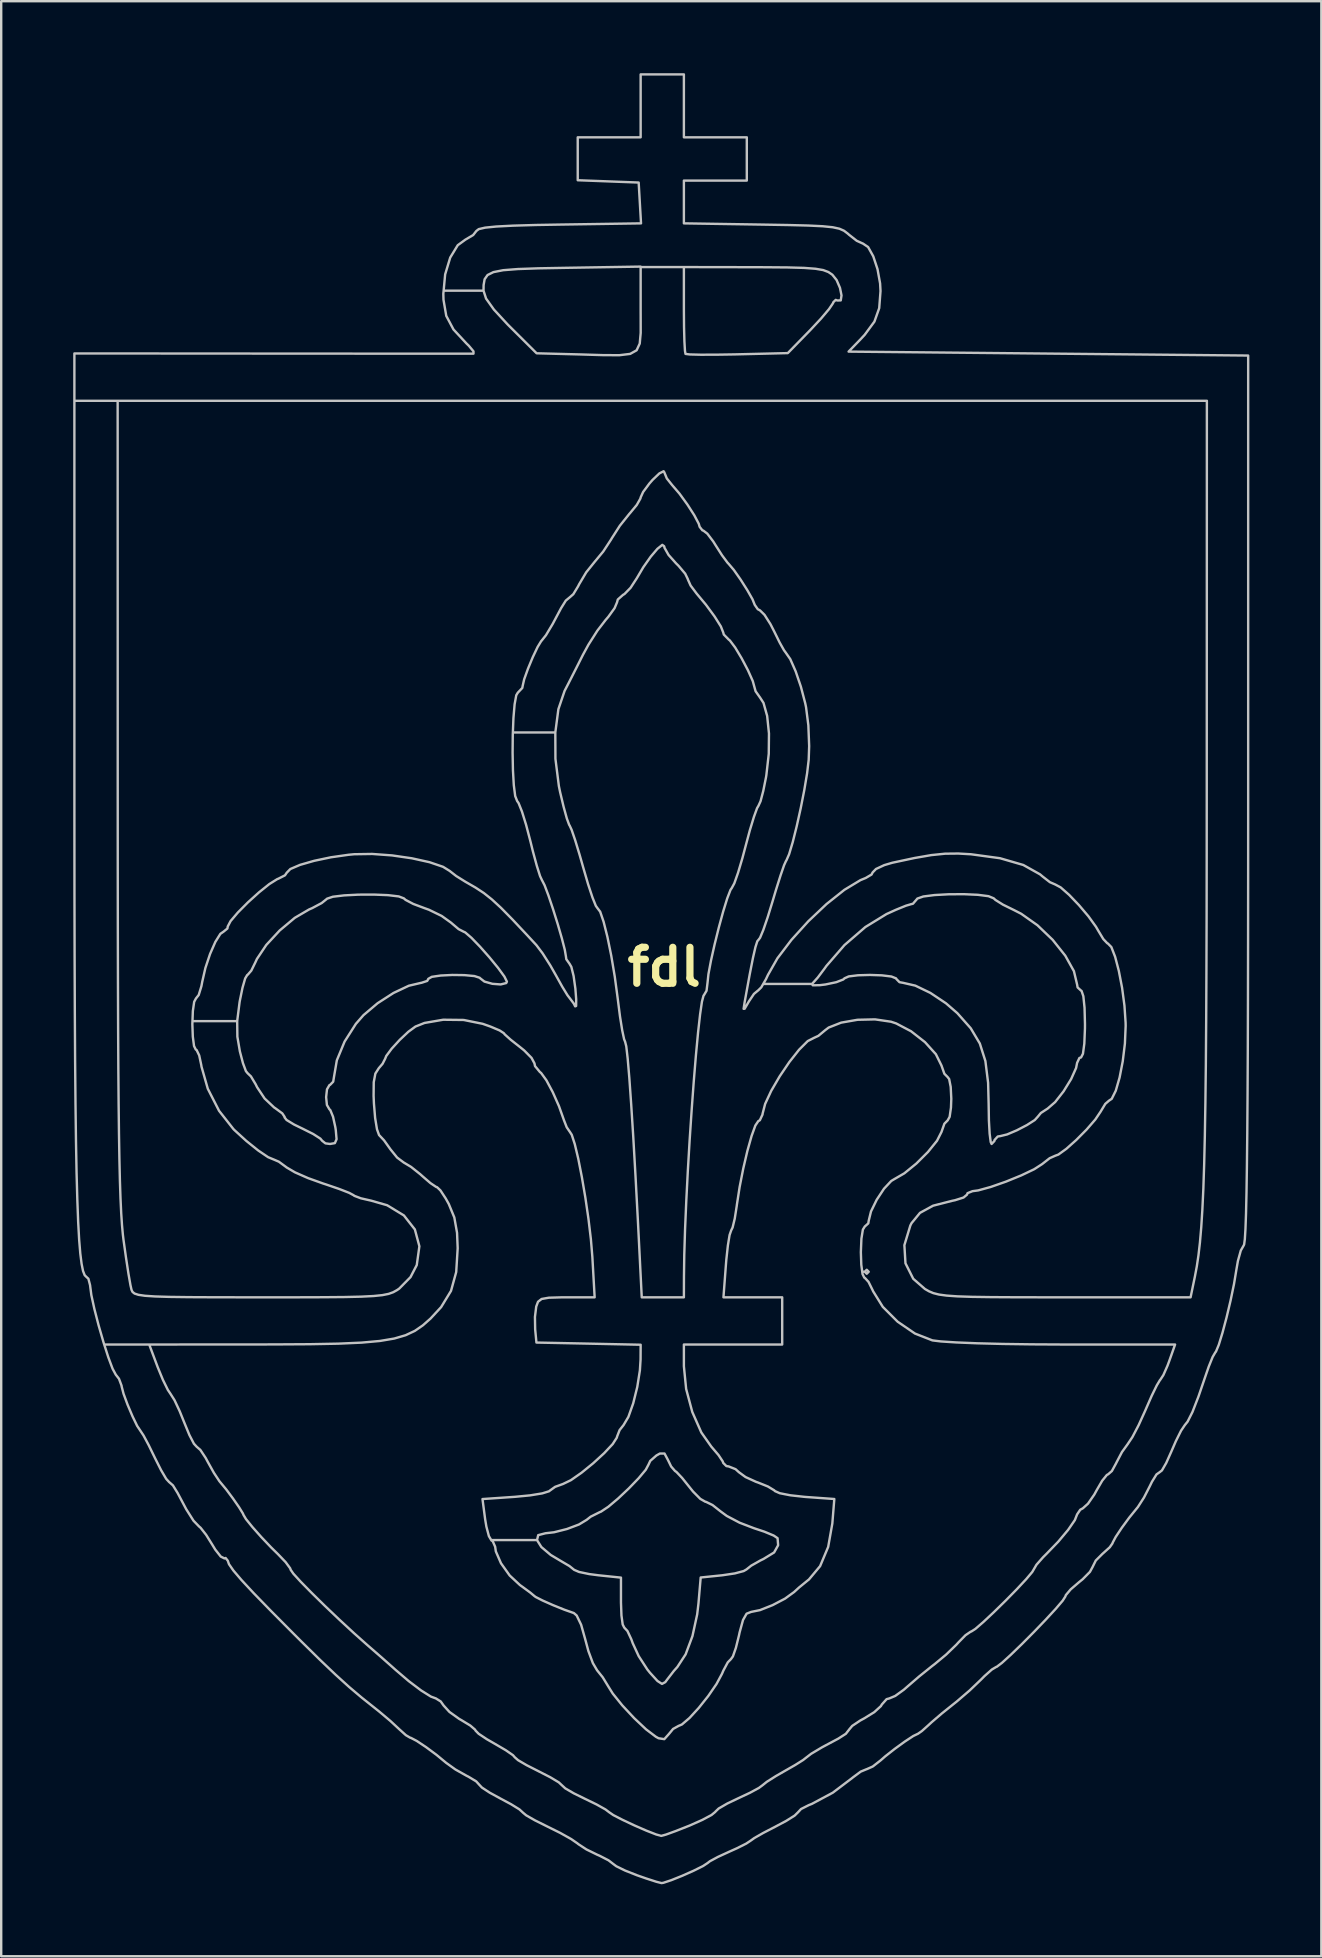
<source format=kicad_pcb>
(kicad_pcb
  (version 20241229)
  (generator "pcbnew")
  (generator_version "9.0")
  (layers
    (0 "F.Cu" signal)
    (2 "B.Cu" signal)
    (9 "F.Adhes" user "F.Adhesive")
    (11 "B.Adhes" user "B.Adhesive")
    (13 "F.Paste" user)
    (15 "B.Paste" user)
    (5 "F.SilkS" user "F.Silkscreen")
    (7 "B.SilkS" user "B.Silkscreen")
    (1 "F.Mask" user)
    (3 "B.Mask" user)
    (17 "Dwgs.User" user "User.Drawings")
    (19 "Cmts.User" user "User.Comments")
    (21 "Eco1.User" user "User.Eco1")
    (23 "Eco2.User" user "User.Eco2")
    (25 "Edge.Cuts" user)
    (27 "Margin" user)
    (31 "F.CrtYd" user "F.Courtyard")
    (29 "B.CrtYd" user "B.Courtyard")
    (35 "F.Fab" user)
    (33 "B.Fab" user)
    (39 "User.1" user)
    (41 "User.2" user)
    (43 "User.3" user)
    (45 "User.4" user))
  (footprint "fdl"
    (layer "F.Cu")
    (at 24.631 37.249)
    (property "Reference" "fdl" (at 0 0 0) (layer "F.SilkS") (effects (font (size 1.5 1.5) (thickness 0.3))))
    (attr board_only exclude_from_pos_files exclude_from_bom)
    (fp_poly (pts (xy 0.819 -35.888) (xy 0.819 -34.577) (xy 2.13 -34.577) (xy 3.441 -34.577) (xy 3.441 -33.675) (xy 3.441 -32.774) (xy 2.13 -32.774) (xy 0.819 -32.774) (xy 0.819 -31.882) (xy 0.819 -30.991) (xy 4.06 -30.94) (xy 5.171 -30.921) (xy 6.003 -30.9) (xy 6.603 -30.871) (xy 7.019 -30.829) (xy 7.3 -30.768) (xy 7.492 -30.683) (xy 7.645 -30.567) (xy 7.696 -30.521) (xy 8.021 -30.266) (xy 8.268 -30.153) (xy 8.276 -30.152) (xy 8.496 -30.004) (xy 8.711 -29.618) (xy 8.888 -29.083) (xy 8.996 -28.487) (xy 9.013 -28.169) (xy 8.959 -27.458) (xy 8.759 -26.896) (xy 8.355 -26.348) (xy 8.159 -26.137) (xy 7.683 -25.646) (xy 16.009 -25.564) (xy 24.335 -25.482) (xy 24.335 -6.999) (xy 24.334 -3.919) (xy 24.331 -1.156) (xy 24.326 1.303) (xy 24.319 3.467) (xy 24.309 5.35) (xy 24.297 6.96) (xy 24.282 8.311) (xy 24.265 9.414) (xy 24.245 10.278) (xy 24.222 10.917) (xy 24.196 11.341) (xy 24.167 11.561) (xy 24.15 11.6) (xy 24.027 11.816) (xy 23.907 12.25) (xy 23.843 12.618) (xy 23.745 13.209) (xy 23.602 13.896) (xy 23.435 14.6) (xy 23.264 15.243) (xy 23.11 15.745) (xy 22.992 16.028) (xy 22.967 16.057) (xy 22.855 16.249) (xy 22.693 16.65) (xy 22.585 16.961) (xy 22.265 17.896) (xy 22.012 18.547) (xy 21.81 18.946) (xy 21.694 19.091) (xy 21.538 19.323) (xy 21.321 19.759) (xy 21.134 20.19) (xy 20.921 20.666) (xy 20.741 20.978) (xy 20.643 21.055) (xy 20.515 21.145) (xy 20.324 21.454) (xy 20.24 21.627) (xy 19.992 22.11) (xy 19.739 22.504) (xy 19.684 22.571) (xy 19.379 22.946) (xy 19.067 23.371) (xy 18.814 23.752) (xy 18.686 23.993) (xy 18.681 24.018) (xy 18.566 24.182) (xy 18.286 24.435) (xy 18.272 24.446) (xy 17.984 24.734) (xy 17.862 24.98) (xy 17.862 24.983) (xy 17.741 25.206) (xy 17.437 25.514) (xy 17.288 25.635) (xy 16.939 25.935) (xy 16.736 26.176) (xy 16.715 26.235) (xy 16.605 26.407) (xy 16.314 26.748) (xy 15.896 27.201) (xy 15.407 27.71) (xy 14.904 28.216) (xy 14.44 28.665) (xy 14.073 28.999) (xy 13.858 29.162) (xy 13.834 29.169) (xy 13.653 29.277) (xy 13.345 29.551) (xy 13.195 29.702) (xy 12.728 30.148) (xy 12.191 30.609) (xy 12.044 30.726) (xy 11.57 31.106) (xy 11.14 31.475) (xy 11.02 31.586) (xy 10.738 31.839) (xy 10.574 31.954) (xy 10.57 31.955) (xy 10.378 32.047) (xy 10.025 32.279) (xy 9.605 32.584) (xy 9.209 32.895) (xy 9.018 33.062) (xy 8.691 33.317) (xy 8.44 33.429) (xy 8.432 33.43) (xy 8.188 33.531) (xy 7.855 33.778) (xy 7.832 33.798) (xy 7.024 34.409) (xy 6.154 34.875) (xy 6.022 34.928) (xy 5.701 35.09) (xy 5.572 35.229) (xy 5.436 35.362) (xy 5.083 35.584) (xy 4.629 35.826) (xy 4.129 36.085) (xy 3.756 36.298) (xy 3.602 36.408) (xy 3.414 36.532) (xy 3.023 36.728) (xy 2.704 36.871) (xy 2.234 37.087) (xy 1.901 37.267) (xy 1.806 37.341) (xy 1.617 37.466) (xy 1.229 37.659) (xy 0.752 37.871) (xy 0.294 38.055) (xy -0.035 38.164) (xy -0.112 38.176) (xy -0.329 38.121) (xy -0.749 37.985) (xy -1.136 37.85) (xy -1.636 37.652) (xy -1.998 37.474) (xy -2.12 37.383) (xy -2.321 37.228) (xy -2.699 37.034) (xy -2.792 36.994) (xy -3.241 36.774) (xy -3.581 36.552) (xy -3.612 36.525) (xy -3.878 36.341) (xy -4.341 36.082) (xy -4.875 35.817) (xy -5.385 35.563) (xy -5.752 35.353) (xy -5.899 35.231) (xy -5.899 35.229) (xy -6.034 35.105) (xy -6.384 34.889) (xy -6.801 34.666) (xy -7.273 34.408) (xy -7.599 34.194) (xy -7.702 34.084) (xy -7.835 33.938) (xy -8.162 33.741) (xy -8.235 33.705) (xy -8.704 33.441) (xy -9.096 33.159) (xy -9.101 33.154) (xy -9.491 32.832) (xy -9.926 32.51) (xy -10.314 32.252) (xy -10.56 32.123) (xy -10.585 32.119) (xy -10.766 32.013) (xy -11.049 31.758) (xy -11.057 31.75) (xy -11.413 31.419) (xy -11.878 31.027) (xy -12.05 30.89) (xy -12.609 30.445) (xy -13.137 29.998) (xy -13.693 29.494) (xy -14.337 28.881) (xy -15.127 28.103) (xy -15.47 27.76) (xy -16.395 26.829) (xy -17.104 26.099) (xy -17.616 25.548) (xy -17.954 25.152) (xy -18.138 24.887) (xy -18.19 24.739) (xy -18.28 24.628) (xy -18.327 24.646) (xy -18.481 24.569) (xy -18.711 24.277) (xy -18.827 24.086) (xy -19.09 23.664) (xy -19.322 23.369) (xy -19.386 23.314) (xy -19.616 23.076) (xy -19.919 22.598) (xy -20.28 21.918) (xy -20.475 21.601) (xy -20.628 21.467) (xy -20.63 21.467) (xy -20.755 21.33) (xy -20.967 20.97) (xy -21.222 20.464) (xy -21.232 20.443) (xy -21.488 19.918) (xy -21.701 19.52) (xy -21.825 19.334) (xy -21.825 19.333) (xy -21.964 19.126) (xy -22.159 18.723) (xy -22.365 18.238) (xy -22.532 17.785) (xy -22.612 17.478) (xy -22.614 17.45) (xy -22.722 17.16) (xy -22.857 16.987) (xy -22.989 16.741) (xy -23.169 16.259) (xy -23.338 15.732) (xy -21.462 15.732) (xy -21.111 16.67) (xy -20.892 17.204) (xy -20.685 17.625) (xy -20.565 17.804) (xy -20.408 18.053) (xy -20.194 18.508) (xy -19.997 18.996) (xy -19.787 19.506) (xy -19.6 19.865) (xy -19.484 19.992) (xy -19.331 20.125) (xy -19.11 20.459) (xy -19.018 20.631) (xy -18.766 21.082) (xy -18.536 21.43) (xy -18.482 21.495) (xy -18.254 21.77) (xy -17.976 22.143) (xy -17.72 22.511) (xy -17.558 22.774) (xy -17.534 22.833) (xy -17.43 23.007) (xy -17.16 23.341) (xy -16.789 23.759) (xy -16.383 24.187) (xy -16.1 24.465) (xy -15.777 24.802) (xy -15.588 25.059) (xy -15.568 25.12) (xy -15.454 25.284) (xy -15.147 25.62) (xy -14.692 26.083) (xy -14.139 26.626) (xy -13.534 27.202) (xy -12.927 27.763) (xy -12.366 28.263) (xy -12.29 28.328) (xy -11.796 28.758) (xy -11.299 29.198) (xy -11.206 29.282) (xy -10.647 29.759) (xy -10.129 30.15) (xy -9.722 30.405) (xy -9.517 30.48) (xy -9.314 30.607) (xy -9.194 30.776) (xy -8.951 31.043) (xy -8.55 31.33) (xy -8.451 31.387) (xy -8.083 31.61) (xy -7.88 31.785) (xy -7.866 31.818) (xy -7.734 31.953) (xy -7.392 32.181) (xy -7.046 32.38) (xy -6.602 32.64) (xy -6.304 32.846) (xy -6.227 32.934) (xy -6.091 33.054) (xy -5.734 33.263) (xy -5.244 33.512) (xy -4.746 33.767) (xy -4.392 33.98) (xy -4.261 34.103) (xy -4.124 34.229) (xy -3.766 34.437) (xy -3.324 34.654) (xy -2.82 34.899) (xy -2.447 35.108) (xy -2.299 35.221) (xy -2.121 35.343) (xy -1.736 35.541) (xy -1.245 35.772) (xy -0.745 35.99) (xy -0.336 36.15) (xy -0.126 36.209) (xy 0.075 36.154) (xy 0.49 36.003) (xy 1.032 35.789) (xy 1.062 35.777) (xy 1.589 35.542) (xy 1.971 35.338) (xy 2.13 35.207) (xy 2.13 35.201) (xy 2.268 35.069) (xy 2.628 34.86) (xy 3.067 34.65) (xy 3.572 34.413) (xy 3.945 34.211) (xy 4.091 34.103) (xy 4.273 33.957) (xy 4.652 33.717) (xy 4.998 33.518) (xy 5.459 33.254) (xy 5.791 33.045) (xy 5.899 32.96) (xy 6.124 32.787) (xy 6.577 32.517) (xy 7.188 32.191) (xy 7.251 32.158) (xy 7.568 31.955) (xy 7.702 31.784) (xy 7.702 31.782) (xy 7.835 31.624) (xy 8.169 31.401) (xy 8.337 31.31) (xy 8.753 31.053) (xy 9.028 30.802) (xy 9.069 30.733) (xy 9.267 30.511) (xy 9.381 30.48) (xy 9.626 30.377) (xy 9.986 30.117) (xy 10.129 29.992) (xy 10.624 29.565) (xy 11.166 29.129) (xy 11.27 29.05) (xy 11.745 28.656) (xy 12.174 28.242) (xy 12.262 28.145) (xy 12.554 27.847) (xy 12.772 27.698) (xy 12.794 27.694) (xy 12.966 27.584) (xy 13.302 27.293) (xy 13.741 26.881) (xy 14.224 26.408) (xy 14.691 25.932) (xy 15.082 25.513) (xy 15.337 25.211) (xy 15.404 25.096) (xy 15.512 24.91) (xy 15.786 24.599) (xy 15.936 24.449) (xy 16.421 23.947) (xy 16.832 23.456) (xy 17.112 23.049) (xy 17.206 22.811) (xy 17.337 22.617) (xy 17.445 22.558) (xy 17.66 22.364) (xy 17.922 21.985) (xy 18.022 21.803) (xy 18.253 21.406) (xy 18.445 21.169) (xy 18.501 21.139) (xy 18.655 21.004) (xy 18.833 20.678) (xy 18.838 20.665) (xy 19.075 20.214) (xy 19.311 19.887) (xy 19.51 19.589) (xy 19.772 19.088) (xy 20.044 18.489) (xy 20.067 18.435) (xy 20.313 17.873) (xy 20.525 17.438) (xy 20.661 17.211) (xy 20.674 17.2) (xy 20.802 17.003) (xy 20.975 16.61) (xy 21.045 16.421) (xy 21.289 15.732) (xy 16.634 15.732) (xy 15.331 15.725) (xy 14.12 15.708) (xy 13.05 15.681) (xy 12.169 15.645) (xy 11.522 15.603) (xy 11.176 15.56) (xy 10.451 15.276) (xy 9.727 14.781) (xy 9.108 14.162) (xy 8.702 13.508) (xy 8.69 13.478) (xy 8.514 13.123) (xy 8.355 12.949) (xy 8.338 12.946) (xy 8.264 12.796) (xy 8.251 12.7) (xy 8.357 12.7) (xy 8.439 12.782) (xy 8.521 12.7) (xy 8.439 12.618) (xy 8.357 12.7) (xy 8.251 12.7) (xy 8.212 12.405) (xy 8.194 11.881) (xy 8.217 11.324) (xy 8.278 10.943) (xy 8.357 10.815) (xy 8.504 10.683) (xy 8.521 10.575) (xy 8.616 10.188) (xy 8.853 9.702) (xy 9.159 9.239) (xy 9.461 8.916) (xy 9.569 8.851) (xy 10.007 8.597) (xy 10.509 8.188) (xy 10.991 7.707) (xy 11.368 7.24) (xy 11.556 6.869) (xy 11.556 6.867) (xy 11.675 6.53) (xy 11.812 6.391) (xy 11.894 6.243) (xy 11.949 5.861) (xy 11.963 5.49) (xy 11.938 4.996) (xy 11.874 4.669) (xy 11.812 4.588) (xy 11.674 4.447) (xy 11.555 4.108) (xy 11.555 4.107) (xy 11.321 3.634) (xy 10.867 3.131) (xy 10.286 2.677) (xy 9.666 2.351) (xy 9.452 2.28) (xy 8.784 2.182) (xy 8.054 2.199) (xy 7.373 2.318) (xy 6.852 2.523) (xy 6.705 2.635) (xy 6.423 2.869) (xy 6.247 2.95) (xy 5.98 3.086) (xy 5.62 3.446) (xy 5.215 3.959) (xy 4.812 4.554) (xy 4.459 5.159) (xy 4.205 5.704) (xy 4.098 6.116) (xy 4.097 6.145) (xy 3.985 6.385) (xy 3.919 6.423) (xy 3.797 6.606) (xy 3.64 7.042) (xy 3.466 7.66) (xy 3.295 8.39) (xy 3.143 9.161) (xy 3.028 9.903) (xy 3.021 9.96) (xy 2.939 10.482) (xy 2.849 10.856) (xy 2.789 10.979) (xy 2.723 11.17) (xy 2.652 11.605) (xy 2.587 12.203) (xy 2.57 12.413) (xy 2.468 13.765) (xy 3.692 13.765) (xy 4.916 13.765) (xy 4.916 14.748) (xy 4.916 15.732) (xy 2.868 15.732) (xy 0.819 15.732) (xy 0.819 16.638) (xy 0.913 17.584) (xy 1.169 18.543) (xy 1.546 19.397) (xy 1.96 19.985) (xy 2.263 20.34) (xy 2.439 20.605) (xy 2.458 20.665) (xy 2.59 20.798) (xy 2.684 20.812) (xy 2.973 20.927) (xy 3.107 21.049) (xy 3.388 21.255) (xy 3.824 21.454) (xy 3.905 21.482) (xy 4.321 21.649) (xy 4.586 21.81) (xy 4.611 21.839) (xy 4.815 21.929) (xy 5.255 22.015) (xy 5.84 22.08) (xy 5.901 22.085) (xy 7.088 22.17) (xy 7.005 23.192) (xy 6.832 24.167) (xy 6.496 24.967) (xy 6.028 25.526) (xy 5.991 25.554) (xy 5.616 25.86) (xy 5.413 26.046) (xy 5.035 26.321) (xy 4.515 26.593) (xy 3.992 26.8) (xy 3.622 26.875) (xy 3.432 26.949) (xy 3.283 27.213) (xy 3.141 27.73) (xy 3.114 27.858) (xy 2.986 28.373) (xy 2.862 28.729) (xy 2.781 28.841) (xy 2.648 28.978) (xy 2.465 29.319) (xy 2.406 29.456) (xy 2.178 29.88) (xy 1.835 30.379) (xy 1.439 30.876) (xy 1.052 31.297) (xy 0.736 31.567) (xy 0.595 31.627) (xy 0.369 31.752) (xy 0.202 31.955) (xy 0.003 32.178) (xy -0.238 32.14) (xy -0.349 32.078) (xy -0.757 31.769) (xy -1.255 31.3) (xy -1.748 30.771) (xy -2.144 30.28) (xy -2.307 30.02) (xy -2.565 29.598) (xy -2.798 29.308) (xy -2.974 29.009) (xy -3.161 28.506) (xy -3.292 28.018) (xy -3.463 27.41) (xy -3.649 27.025) (xy -3.766 26.923) (xy -4.161 26.784) (xy -4.632 26.594) (xy -5.068 26.401) (xy -5.356 26.254) (xy -5.408 26.216) (xy -5.585 26.068) (xy -5.92 25.822) (xy -6.012 25.757) (xy -6.441 25.357) (xy -6.803 24.848) (xy -7.018 24.353) (xy -7.046 24.159) (xy -7.148 23.929) (xy -7.2 23.898) (xy -7.209 23.882) (xy -5.302 23.882) (xy -5.12 24.172) (xy -4.73 24.502) (xy -4.299 24.759) (xy -3.95 24.964) (xy -3.754 25.122) (xy -3.549 25.21) (xy -3.123 25.299) (xy -2.729 25.35) (xy -1.803 25.446) (xy -1.803 26.488) (xy -1.783 27.024) (xy -1.731 27.4) (xy -1.665 27.53) (xy -1.533 27.671) (xy -1.369 28.022) (xy -1.314 28.176) (xy -1.064 28.718) (xy -0.704 29.274) (xy -0.594 29.411) (xy -0.28 29.755) (xy -0.093 29.875) (xy 0.043 29.802) (xy 0.113 29.707) (xy 0.399 29.337) (xy 0.548 29.169) (xy 0.892 28.643) (xy 1.176 27.883) (xy 1.373 26.978) (xy 1.426 26.527) (xy 1.519 25.441) (xy 2.424 25.348) (xy 2.94 25.271) (xy 3.31 25.173) (xy 3.426 25.106) (xy 3.626 24.947) (xy 4.005 24.733) (xy 4.138 24.668) (xy 4.579 24.398) (xy 4.747 24.097) (xy 4.723 23.802) (xy 4.562 23.693) (xy 4.177 23.533) (xy 3.742 23.388) (xy 3.142 23.158) (xy 2.607 22.876) (xy 2.355 22.691) (xy 2.012 22.421) (xy 1.743 22.289) (xy 1.716 22.286) (xy 1.504 22.165) (xy 1.2 21.858) (xy 1.05 21.672) (xy 0.747 21.294) (xy 0.511 21.045) (xy 0.447 20.999) (xy 0.288 20.816) (xy 0.156 20.545) (xy 0.012 20.275) (xy -0.181 20.275) (xy -0.325 20.356) (xy -0.583 20.582) (xy -0.655 20.736) (xy -0.77 20.951) (xy -1.067 21.305) (xy -1.473 21.726) (xy -1.917 22.145) (xy -2.328 22.492) (xy -2.634 22.696) (xy -2.682 22.715) (xy -3.066 22.907) (xy -3.234 23.039) (xy -3.553 23.232) (xy -4.053 23.42) (xy -4.59 23.556) (xy -4.947 23.597) (xy -5.252 23.676) (xy -5.302 23.882) (xy -7.209 23.882) (xy -7.307 23.718) (xy -7.413 23.316) (xy -7.464 23.008) (xy -7.574 22.172) (xy -6.222 22.079) (xy -5.587 22.018) (xy -5.085 21.936) (xy -4.8 21.848) (xy -4.769 21.822) (xy -4.547 21.663) (xy -4.219 21.544) (xy -3.891 21.386) (xy -3.446 21.075) (xy -2.958 20.678) (xy -2.501 20.258) (xy -2.148 19.881) (xy -1.974 19.61) (xy -1.966 19.57) (xy -1.859 19.296) (xy -1.696 19.09) (xy -1.493 18.747) (xy -1.293 18.183) (xy -1.124 17.501) (xy -1.014 16.806) (xy -0.986 16.351) (xy -0.983 15.741) (xy -3.155 15.695) (xy -5.326 15.65) (xy -5.379 15.094) (xy -5.388 14.583) (xy -5.335 14.152) (xy -5.26 13.95) (xy -5.11 13.834) (xy -4.81 13.781) (xy -4.281 13.766) (xy -4.069 13.765) (xy -2.9 13.765) (xy -2.995 12.085) (xy -3.057 11.34) (xy -3.158 10.494) (xy -3.287 9.61) (xy -3.433 8.754) (xy -3.583 7.989) (xy -3.728 7.38) (xy -3.854 6.991) (xy -3.922 6.886) (xy -4.064 6.678) (xy -4.176 6.391) (xy -4.385 5.803) (xy -4.646 5.215) (xy -4.91 4.721) (xy -5.131 4.416) (xy -5.182 4.375) (xy -5.384 4.13) (xy -5.408 4.015) (xy -5.53 3.787) (xy -5.839 3.474) (xy -6.022 3.327) (xy -6.398 3.031) (xy -6.644 2.81) (xy -6.688 2.755) (xy -6.86 2.643) (xy -7.247 2.48) (xy -7.566 2.367) (xy -8.357 2.207) (xy -9.212 2.197) (xy -9.99 2.331) (xy -10.367 2.481) (xy -10.663 2.698) (xy -11.023 3.037) (xy -11.359 3.404) (xy -11.584 3.707) (xy -11.63 3.822) (xy -11.738 4.033) (xy -11.897 4.219) (xy -12.038 4.441) (xy -12.106 4.798) (xy -12.112 5.368) (xy -12.098 5.69) (xy -12.048 6.292) (xy -11.971 6.761) (xy -11.884 7.004) (xy -11.873 7.014) (xy -11.676 7.224) (xy -11.426 7.574) (xy -11.417 7.588) (xy -11.131 7.941) (xy -10.851 8.151) (xy -10.847 8.152) (xy -10.552 8.329) (xy -10.169 8.634) (xy -10.078 8.716) (xy -9.743 9.005) (xy -9.505 9.165) (xy -9.467 9.176) (xy -9.327 9.309) (xy -9.107 9.645) (xy -8.98 9.873) (xy -8.748 10.436) (xy -8.634 11.078) (xy -8.608 11.717) (xy -8.669 12.711) (xy -8.886 13.497) (xy -9.298 14.173) (xy -9.739 14.65) (xy -10.06 14.934) (xy -10.394 15.164) (xy -10.779 15.345) (xy -11.251 15.483) (xy -11.85 15.584) (xy -12.613 15.653) (xy -13.578 15.696) (xy -14.781 15.719) (xy -16.262 15.728) (xy -16.835 15.729) (xy -21.462 15.732) (xy -23.338 15.732) (xy -23.371 15.627) (xy -23.573 14.929) (xy -23.748 14.249) (xy -23.874 13.673) (xy -23.925 13.285) (xy -23.925 13.269) (xy -23.997 12.991) (xy -24.077 12.918) (xy -24.152 12.843) (xy -24.221 12.666) (xy -24.281 12.369) (xy -24.335 11.939) (xy -24.383 11.36) (xy -24.424 10.617) (xy -24.459 9.694) (xy -24.49 8.575) (xy -24.515 7.246) (xy -24.535 5.691) (xy -24.551 3.894) (xy -24.563 1.841) (xy -24.572 -0.485) (xy -24.578 -3.098) (xy -24.58 -6.014) (xy -24.581 -7.944) (xy -24.581 -23.597) (xy -22.778 -23.597) (xy -22.775 -7.005) (xy -22.774 -4.186) (xy -22.771 -1.674) (xy -22.766 0.548) (xy -22.759 2.501) (xy -22.75 4.204) (xy -22.738 5.677) (xy -22.723 6.938) (xy -22.705 8.008) (xy -22.684 8.905) (xy -22.659 9.649) (xy -22.63 10.26) (xy -22.597 10.756) (xy -22.56 11.158) (xy -22.535 11.364) (xy -22.429 12.121) (xy -22.328 12.78) (xy -22.244 13.259) (xy -22.2 13.453) (xy -22.159 13.539) (xy -22.074 13.608) (xy -21.912 13.661) (xy -21.639 13.701) (xy -21.22 13.729) (xy -20.621 13.747) (xy -19.809 13.758) (xy -18.75 13.763) (xy -17.41 13.765) (xy -16.837 13.765) (xy -15.384 13.765) (xy -14.222 13.761) (xy -13.314 13.753) (xy -12.623 13.737) (xy -12.113 13.711) (xy -11.747 13.674) (xy -11.487 13.622) (xy -11.297 13.554) (xy -11.14 13.467) (xy -11.046 13.404) (xy -10.574 12.924) (xy -10.313 12.421) (xy -10.204 11.639) (xy -10.392 10.936) (xy -10.85 10.352) (xy -11.547 9.928) (xy -12.208 9.738) (xy -12.641 9.639) (xy -12.914 9.536) (xy -12.946 9.51) (xy -13.131 9.411) (xy -13.547 9.249) (xy -14.11 9.056) (xy -14.214 9.023) (xy -14.844 8.797) (xy -15.39 8.556) (xy -15.739 8.351) (xy -15.754 8.338) (xy -16.06 8.113) (xy -16.255 8.03) (xy -16.509 7.924) (xy -16.921 7.645) (xy -17.414 7.249) (xy -17.912 6.795) (xy -17.951 6.756) (xy -18.552 5.992) (xy -19.022 5.072) (xy -19.285 4.147) (xy -19.292 4.094) (xy -19.379 3.685) (xy -19.488 3.458) (xy -19.522 3.441) (xy -19.595 3.292) (xy -19.646 2.901) (xy -19.665 2.376) (xy -19.66 2.256) (xy -17.797 2.256) (xy -17.789 2.904) (xy -17.685 3.515) (xy -17.556 4.008) (xy -17.433 4.338) (xy -17.363 4.425) (xy -17.224 4.558) (xy -17.025 4.89) (xy -16.967 5.008) (xy -16.654 5.478) (xy -16.257 5.853) (xy -16.211 5.883) (xy -15.917 6.099) (xy -15.816 6.251) (xy -15.824 6.265) (xy -15.739 6.374) (xy -15.427 6.564) (xy -15.086 6.73) (xy -14.631 6.958) (xy -14.33 7.151) (xy -14.257 7.24) (xy -14.119 7.349) (xy -13.927 7.374) (xy -13.726 7.339) (xy -13.655 7.176) (xy -13.688 6.797) (xy -13.706 6.678) (xy -13.802 6.239) (xy -13.915 5.964) (xy -13.954 5.927) (xy -14.058 5.748) (xy -14.09 5.422) (xy -14.054 5.097) (xy -13.952 4.921) (xy -13.929 4.916) (xy -13.795 4.779) (xy -13.765 4.594) (xy -13.644 3.889) (xy -13.32 3.106) (xy -12.85 2.368) (xy -12.533 2.006) (xy -11.944 1.508) (xy -11.281 1.081) (xy -10.644 0.78) (xy -10.13 0.659) (xy -10.119 0.659) (xy -9.876 0.579) (xy -9.832 0.492) (xy -9.686 0.409) (xy -9.317 0.355) (xy -8.829 0.331) (xy -8.326 0.338) (xy -7.91 0.377) (xy -7.687 0.449) (xy -7.675 0.466) (xy -7.493 0.607) (xy -7.163 0.7) (xy -6.816 0.726) (xy -6.586 0.669) (xy -6.556 0.61) (xy -6.659 0.4) (xy -6.923 0.038) (xy -7.284 -0.403) (xy -7.676 -0.846) (xy -8.034 -1.217) (xy -8.293 -1.441) (xy -8.367 -1.475) (xy -8.57 -1.58) (xy -8.869 -1.834) (xy -8.883 -1.847) (xy -9.276 -2.129) (xy -9.809 -2.388) (xy -9.996 -2.455) (xy -10.459 -2.629) (xy -10.782 -2.799) (xy -10.851 -2.861) (xy -11.064 -2.942) (xy -11.512 -2.995) (xy -12.102 -3.019) (xy -12.742 -3.016) (xy -13.342 -2.985) (xy -13.81 -2.929) (xy -14.054 -2.847) (xy -14.064 -2.835) (xy -14.276 -2.665) (xy -14.668 -2.456) (xy -14.803 -2.397) (xy -15.397 -2.049) (xy -16.025 -1.523) (xy -16.584 -0.919) (xy -16.974 -0.336) (xy -17.034 -0.205) (xy -17.208 0.15) (xy -17.359 0.324) (xy -17.375 0.328) (xy -17.464 0.476) (xy -17.576 0.867) (xy -17.689 1.419) (xy -17.697 1.467) (xy -17.797 2.256) (xy -19.66 2.256) (xy -19.644 1.834) (xy -19.589 1.45) (xy -19.515 1.311) (xy -19.4 1.166) (xy -19.288 0.8) (xy -19.253 0.615) (xy -19.121 0.038) (xy -18.927 -0.544) (xy -18.707 -1.046) (xy -18.497 -1.383) (xy -18.363 -1.475) (xy -18.204 -1.605) (xy -18.19 -1.689) (xy -18.072 -1.914) (xy -17.768 -2.272) (xy -17.349 -2.694) (xy -16.888 -3.111) (xy -16.457 -3.457) (xy -16.129 -3.662) (xy -16.082 -3.68) (xy -15.805 -3.821) (xy -15.732 -3.929) (xy -15.581 -4.084) (xy -15.176 -4.257) (xy -14.588 -4.426) (xy -13.89 -4.573) (xy -13.153 -4.678) (xy -12.921 -4.7) (xy -12.172 -4.712) (xy -11.343 -4.651) (xy -10.517 -4.531) (xy -9.781 -4.368) (xy -9.218 -4.176) (xy -8.947 -4.008) (xy -8.67 -3.792) (xy -8.275 -3.546) (xy -8.267 -3.542) (xy -7.864 -3.31) (xy -7.518 -3.083) (xy -7.181 -2.815) (xy -6.8 -2.463) (xy -6.325 -1.98) (xy -5.707 -1.322) (xy -5.326 -0.91) (xy -5.069 -0.57) (xy -4.748 -0.066) (xy -4.519 0.337) (xy -4.25 0.82) (xy -4.033 1.175) (xy -3.929 1.311) (xy -3.771 1.52) (xy -3.712 1.639) (xy -3.672 1.624) (xy -3.669 1.346) (xy -3.703 0.901) (xy -3.777 0.372) (xy -3.871 -0.006) (xy -3.948 -0.137) (xy -4.081 -0.325) (xy -4.097 -0.44) (xy -4.144 -0.718) (xy -4.267 -1.197) (xy -4.439 -1.79) (xy -4.634 -2.413) (xy -4.825 -2.98) (xy -4.985 -3.405) (xy -5.086 -3.603) (xy -5.089 -3.605) (xy -5.175 -3.79) (xy -5.311 -4.222) (xy -5.475 -4.826) (xy -5.578 -5.244) (xy -5.756 -5.922) (xy -5.928 -6.477) (xy -6.07 -6.832) (xy -6.13 -6.918) (xy -6.211 -7.125) (xy -6.269 -7.58) (xy -6.305 -8.206) (xy -6.319 -8.931) (xy -6.312 -9.679) (xy -6.308 -9.774) (xy -4.539 -9.774) (xy -4.534 -8.676) (xy -4.391 -7.541) (xy -4.34 -7.292) (xy -4.193 -6.676) (xy -4.06 -6.193) (xy -3.962 -5.925) (xy -3.944 -5.899) (xy -3.859 -5.717) (xy -3.712 -5.286) (xy -3.527 -4.678) (xy -3.373 -4.138) (xy -3.173 -3.451) (xy -2.991 -2.9) (xy -2.851 -2.55) (xy -2.786 -2.458) (xy -2.669 -2.305) (xy -2.526 -1.885) (xy -2.368 -1.256) (xy -2.209 -0.476) (xy -2.062 0.397) (xy -1.94 1.304) (xy -1.934 1.351) (xy -1.844 2.058) (xy -1.752 2.635) (xy -1.672 3.01) (xy -1.63 3.114) (xy -1.582 3.305) (xy -1.524 3.811) (xy -1.455 4.617) (xy -1.378 5.709) (xy -1.291 7.074) (xy -1.198 8.697) (xy -1.098 10.566) (xy -1.046 11.594) (xy -0.937 13.765) (xy -0.059 13.765) (xy 0.819 13.765) (xy 0.822 12.905) (xy 0.835 11.992) (xy 0.868 10.925) (xy 0.919 9.746) (xy 0.983 8.499) (xy 1.058 7.227) (xy 1.142 5.971) (xy 1.23 4.775) (xy 1.32 3.682) (xy 1.409 2.734) (xy 1.494 1.975) (xy 1.571 1.446) (xy 1.638 1.191) (xy 1.654 1.174) (xy 1.763 0.989) (xy 1.803 0.666) (xy 1.842 0.297) (xy 1.947 -0.263) (xy 2.098 -0.936) (xy 2.274 -1.645) (xy 2.456 -2.312) (xy 2.625 -2.86) (xy 2.76 -3.211) (xy 2.816 -3.294) (xy 2.92 -3.486) (xy 3.075 -3.924) (xy 3.257 -4.536) (xy 3.384 -5.013) (xy 3.568 -5.7) (xy 3.738 -6.259) (xy 3.869 -6.621) (xy 3.926 -6.717) (xy 4.014 -6.909) (xy 4.127 -7.337) (xy 4.243 -7.915) (xy 4.257 -8.003) (xy 4.356 -8.883) (xy 4.365 -9.73) (xy 4.289 -10.464) (xy 4.137 -11.006) (xy 4.003 -11.214) (xy 3.808 -11.491) (xy 3.769 -11.629) (xy 3.69 -11.916) (xy 3.49 -12.364) (xy 3.226 -12.865) (xy 2.956 -13.315) (xy 2.737 -13.606) (xy 2.683 -13.65) (xy 2.482 -13.856) (xy 2.458 -13.944) (xy 2.359 -14.194) (xy 2.099 -14.607) (xy 1.736 -15.1) (xy 1.352 -15.56) (xy 1.099 -15.897) (xy 0.984 -16.154) (xy 0.983 -16.167) (xy 0.873 -16.392) (xy 0.597 -16.719) (xy 0.492 -16.823) (xy 0.18 -17.173) (xy 0.01 -17.473) (xy -0.001 -17.534) (xy -0.08 -17.592) (xy -0.284 -17.428) (xy -0.564 -17.099) (xy -0.873 -16.66) (xy -1.143 -16.202) (xy -1.404 -15.802) (xy -1.658 -15.542) (xy -1.714 -15.511) (xy -1.936 -15.314) (xy -1.966 -15.2) (xy -2.07 -14.954) (xy -2.329 -14.595) (xy -2.443 -14.463) (xy -2.784 -14.02) (xy -3.158 -13.432) (xy -3.386 -13.014) (xy -3.692 -12.407) (xy -3.99 -11.821) (xy -4.153 -11.505) (xy -4.411 -10.746) (xy -4.539 -9.774) (xy -6.308 -9.774) (xy -6.284 -10.377) (xy -6.235 -10.95) (xy -6.167 -11.324) (xy -6.104 -11.43) (xy -5.914 -11.631) (xy -5.899 -11.717) (xy -5.837 -11.989) (xy -5.68 -12.426) (xy -5.478 -12.913) (xy -5.277 -13.337) (xy -5.127 -13.583) (xy -5.111 -13.598) (xy -4.928 -13.829) (xy -4.648 -14.298) (xy -4.305 -14.943) (xy -4.3 -14.953) (xy -4.102 -15.27) (xy -3.941 -15.404) (xy -3.94 -15.404) (xy -3.789 -15.537) (xy -3.589 -15.866) (xy -3.547 -15.95) (xy -3.25 -16.45) (xy -2.896 -16.89) (xy -2.894 -16.892) (xy -2.542 -17.316) (xy -2.214 -17.817) (xy -2.189 -17.862) (xy -1.849 -18.391) (xy -1.451 -18.888) (xy -1.43 -18.91) (xy -1.144 -19.257) (xy -0.991 -19.527) (xy -0.983 -19.57) (xy -0.88 -19.796) (xy -0.622 -20.144) (xy -0.492 -20.294) (xy -0.203 -20.57) (xy -0.026 -20.661) (xy 0 -20.623) (xy 0.107 -20.362) (xy 0.332 -20.08) (xy 0.635 -19.728) (xy 0.963 -19.277) (xy 1.253 -18.826) (xy 1.439 -18.472) (xy 1.475 -18.346) (xy 1.594 -18.193) (xy 1.625 -18.19) (xy 1.794 -18.061) (xy 2.04 -17.738) (xy 2.142 -17.575) (xy 2.41 -17.156) (xy 2.637 -16.851) (xy 2.688 -16.797) (xy 2.901 -16.546) (xy 3.18 -16.149) (xy 3.461 -15.707) (xy 3.679 -15.324) (xy 3.769 -15.1) (xy 3.769 -15.097) (xy 3.898 -14.911) (xy 3.99 -14.863) (xy 4.18 -14.675) (xy 4.428 -14.286) (xy 4.582 -13.985) (xy 4.809 -13.525) (xy 4.991 -13.201) (xy 5.058 -13.11) (xy 5.252 -12.832) (xy 5.476 -12.325) (xy 5.695 -11.681) (xy 5.876 -10.99) (xy 5.91 -10.827) (xy 6.006 -10.073) (xy 6.04 -9.206) (xy 6.02 -8.636) (xy 5.954 -8.076) (xy 5.837 -7.377) (xy 5.687 -6.615) (xy 5.52 -5.864) (xy 5.354 -5.201) (xy 5.204 -4.7) (xy 5.089 -4.438) (xy 5.077 -4.425) (xy 4.994 -4.242) (xy 4.847 -3.815) (xy 4.657 -3.214) (xy 4.517 -2.745) (xy 4.312 -2.078) (xy 4.13 -1.547) (xy 3.994 -1.22) (xy 3.94 -1.147) (xy 3.879 -1.074) (xy 3.801 -0.831) (xy 3.698 -0.381) (xy 3.561 0.313) (xy 3.383 1.288) (xy 3.349 1.475) (xy 3.308 1.742) (xy 3.351 1.739) (xy 3.514 1.459) (xy 3.528 1.434) (xy 3.739 1.12) (xy 3.903 0.983) (xy 3.907 0.983) (xy 4.044 0.847) (xy 4.125 0.706) (xy 6.153 0.706) (xy 6.191 0.762) (xy 6.48 0.757) (xy 6.719 0.728) (xy 7.172 0.632) (xy 7.463 0.519) (xy 7.511 0.472) (xy 7.688 0.392) (xy 8.076 0.344) (xy 8.571 0.33) (xy 9.069 0.347) (xy 9.468 0.396) (xy 9.663 0.474) (xy 9.668 0.492) (xy 9.804 0.632) (xy 9.955 0.659) (xy 10.464 0.776) (xy 11.092 1.079) (xy 11.741 1.512) (xy 12.215 1.923) (xy 12.772 2.551) (xy 13.152 3.188) (xy 13.384 3.919) (xy 13.497 4.825) (xy 13.519 5.691) (xy 13.53 6.389) (xy 13.561 6.946) (xy 13.605 7.293) (xy 13.642 7.374) (xy 13.762 7.248) (xy 13.765 7.21) (xy 13.898 7.064) (xy 14.006 7.046) (xy 14.289 6.977) (xy 14.694 6.805) (xy 15.114 6.587) (xy 15.441 6.378) (xy 15.568 6.238) (xy 15.696 6.083) (xy 15.98 5.898) (xy 16.291 5.628) (xy 16.642 5.18) (xy 16.957 4.669) (xy 17.164 4.207) (xy 17.206 3.994) (xy 17.302 3.79) (xy 17.37 3.769) (xy 17.45 3.615) (xy 17.507 3.191) (xy 17.533 2.556) (xy 17.534 2.376) (xy 17.516 1.698) (xy 17.466 1.217) (xy 17.391 0.993) (xy 17.37 0.983) (xy 17.226 0.85) (xy 17.206 0.731) (xy 17.073 0.172) (xy 16.713 -0.473) (xy 16.186 -1.134) (xy 15.554 -1.74) (xy 14.876 -2.219) (xy 14.567 -2.377) (xy 14.117 -2.598) (xy 13.801 -2.796) (xy 13.73 -2.863) (xy 13.514 -2.952) (xy 13.07 -3.009) (xy 12.488 -3.035) (xy 11.855 -3.031) (xy 11.262 -2.999) (xy 10.796 -2.939) (xy 10.546 -2.852) (xy 10.529 -2.827) (xy 10.364 -2.636) (xy 10.3 -2.622) (xy 10.075 -2.556) (xy 9.657 -2.386) (xy 9.263 -2.207) (xy 8.383 -1.667) (xy 7.511 -0.914) (xy 6.76 -0.047) (xy 6.677 0.069) (xy 6.4 0.437) (xy 6.177 0.686) (xy 6.153 0.706) (xy 4.125 0.706) (xy 4.24 0.506) (xy 4.321 0.333) (xy 4.717 -0.363) (xy 5.301 -1.131) (xy 6.005 -1.907) (xy 6.763 -2.624) (xy 7.509 -3.217) (xy 8.178 -3.621) (xy 8.398 -3.711) (xy 8.64 -3.854) (xy 8.685 -3.941) (xy 8.825 -4.085) (xy 9.167 -4.245) (xy 9.505 -4.345) (xy 10.427 -4.542) (xy 11.129 -4.664) (xy 11.706 -4.723) (xy 12.255 -4.729) (xy 12.782 -4.699) (xy 13.993 -4.534) (xy 14.964 -4.252) (xy 15.663 -3.861) (xy 15.761 -3.777) (xy 16.073 -3.535) (xy 16.295 -3.439) (xy 16.522 -3.317) (xy 16.875 -3.006) (xy 17.283 -2.579) (xy 17.679 -2.112) (xy 17.992 -1.678) (xy 18.088 -1.513) (xy 18.298 -1.165) (xy 18.465 -0.989) (xy 18.485 -0.983) (xy 18.633 -0.832) (xy 18.791 -0.425) (xy 18.945 0.165) (xy 19.08 0.866) (xy 19.179 1.608) (xy 19.227 2.319) (xy 19.229 2.458) (xy 19.198 3.188) (xy 19.108 3.928) (xy 18.976 4.607) (xy 18.818 5.153) (xy 18.649 5.493) (xy 18.532 5.572) (xy 18.381 5.703) (xy 18.19 6.019) (xy 18.189 6.022) (xy 17.964 6.356) (xy 17.6 6.775) (xy 17.172 7.207) (xy 16.756 7.578) (xy 16.426 7.816) (xy 16.295 7.864) (xy 16.062 7.968) (xy 15.746 8.215) (xy 15.418 8.427) (xy 14.881 8.683) (xy 14.241 8.944) (xy 13.606 9.166) (xy 13.083 9.31) (xy 12.848 9.341) (xy 12.64 9.424) (xy 12.618 9.486) (xy 12.474 9.606) (xy 12.117 9.719) (xy 12.004 9.742) (xy 11.203 9.947) (xy 10.659 10.245) (xy 10.305 10.676) (xy 10.256 10.773) (xy 10.008 11.591) (xy 10.053 12.347) (xy 10.378 12.993) (xy 10.864 13.417) (xy 11.031 13.513) (xy 11.213 13.59) (xy 11.446 13.649) (xy 11.767 13.693) (xy 12.214 13.725) (xy 12.823 13.745) (xy 13.633 13.757) (xy 14.679 13.763) (xy 15.999 13.765) (xy 16.682 13.765) (xy 21.935 13.765) (xy 22.114 12.903) (xy 22.193 12.484) (xy 22.263 12.016) (xy 22.325 11.477) (xy 22.379 10.848) (xy 22.426 10.11) (xy 22.467 9.241) (xy 22.501 8.223) (xy 22.529 7.035) (xy 22.552 5.658) (xy 22.571 4.071) (xy 22.585 2.255) (xy 22.595 0.189) (xy 22.603 -2.146) (xy 22.607 -4.77) (xy 22.609 -7.497) (xy 22.614 -23.597) (xy -0.082 -23.597) (xy -22.778 -23.597) (xy -24.581 -23.597) (xy -24.581 -25.57) (xy -16.346 -25.564) (xy -14.732 -25.563) (xy -13.215 -25.562) (xy -11.829 -25.561) (xy -10.605 -25.561) (xy -9.575 -25.56) (xy -8.77 -25.56) (xy -8.223 -25.56) (xy -7.964 -25.561) (xy -7.949 -25.561) (xy -7.949 -25.658) (xy -8.148 -25.895) (xy -8.238 -25.982) (xy -8.782 -26.568) (xy -9.084 -27.136) (xy -9.199 -27.807) (xy -9.206 -28.055) (xy -9.193 -28.186) (xy -7.531 -28.186) (xy -7.425 -27.857) (xy -7.098 -27.398) (xy -6.527 -26.78) (xy -6.423 -26.676) (xy -5.318 -25.576) (xy -3.519 -25.529) (xy -2.555 -25.5) (xy -1.871 -25.496) (xy -1.419 -25.551) (xy -1.151 -25.701) (xy -1.021 -25.981) (xy -0.981 -26.425) (xy -0.982 -27.069) (xy -0.983 -27.394) (xy 0.819 -27.394) (xy 0.825 -26.667) (xy 0.841 -26.07) (xy 0.864 -25.675) (xy 0.887 -25.55) (xy 1.067 -25.528) (xy 1.511 -25.517) (xy 2.154 -25.518) (xy 2.933 -25.53) (xy 3.052 -25.533) (xy 5.149 -25.584) (xy 6.098 -26.556) (xy 6.535 -27.024) (xy 6.866 -27.416) (xy 7.035 -27.665) (xy 7.046 -27.703) (xy 7.147 -27.802) (xy 7.21 -27.776) (xy 7.356 -27.781) (xy 7.388 -27.988) (xy 7.324 -28.303) (xy 7.183 -28.629) (xy 7.005 -28.851) (xy 6.842 -28.962) (xy 6.625 -29.044) (xy 6.304 -29.099) (xy 5.829 -29.135) (xy 5.148 -29.154) (xy 4.212 -29.162) (xy 3.728 -29.164) (xy 0.819 -29.169) (xy 0.819 -27.394) (xy -0.983 -27.394) (xy -0.983 -27.395) (xy -0.983 -29.189) (xy -4.103 -29.138) (xy -5.245 -29.117) (xy -6.101 -29.087) (xy -6.712 -29.039) (xy -7.118 -28.959) (xy -7.362 -28.838) (xy -7.485 -28.662) (xy -7.527 -28.421) (xy -7.531 -28.186) (xy -9.193 -28.186) (xy -9.13 -28.865) (xy -8.919 -29.565) (xy -8.605 -30.08) (xy -8.288 -30.311) (xy -7.963 -30.503) (xy -7.829 -30.674) (xy -7.729 -30.751) (xy -7.465 -30.812) (xy -7.003 -30.859) (xy -6.308 -30.895) (xy -5.346 -30.923) (xy -4.362 -30.94) (xy -0.967 -30.991) (xy -1.016 -31.841) (xy -1.065 -32.692) (xy -2.335 -32.74) (xy -3.605 -32.788) (xy -3.605 -33.682) (xy -3.605 -34.577) (xy -2.294 -34.577) (xy -0.983 -34.577) (xy -0.983 -35.888) (xy -0.983 -37.199) (xy -0.082 -37.199) (xy 0.819 -37.199)) (stroke (width 0.1) (type solid)) (fill no) (layer "Dwgs.User")))
  (gr_rect
    (start -3 -3)
    (end 52.015 78.475)
    (stroke (width 0.1) (type default))
    (fill no)
    (layer "Edge.Cuts")))
</source>
